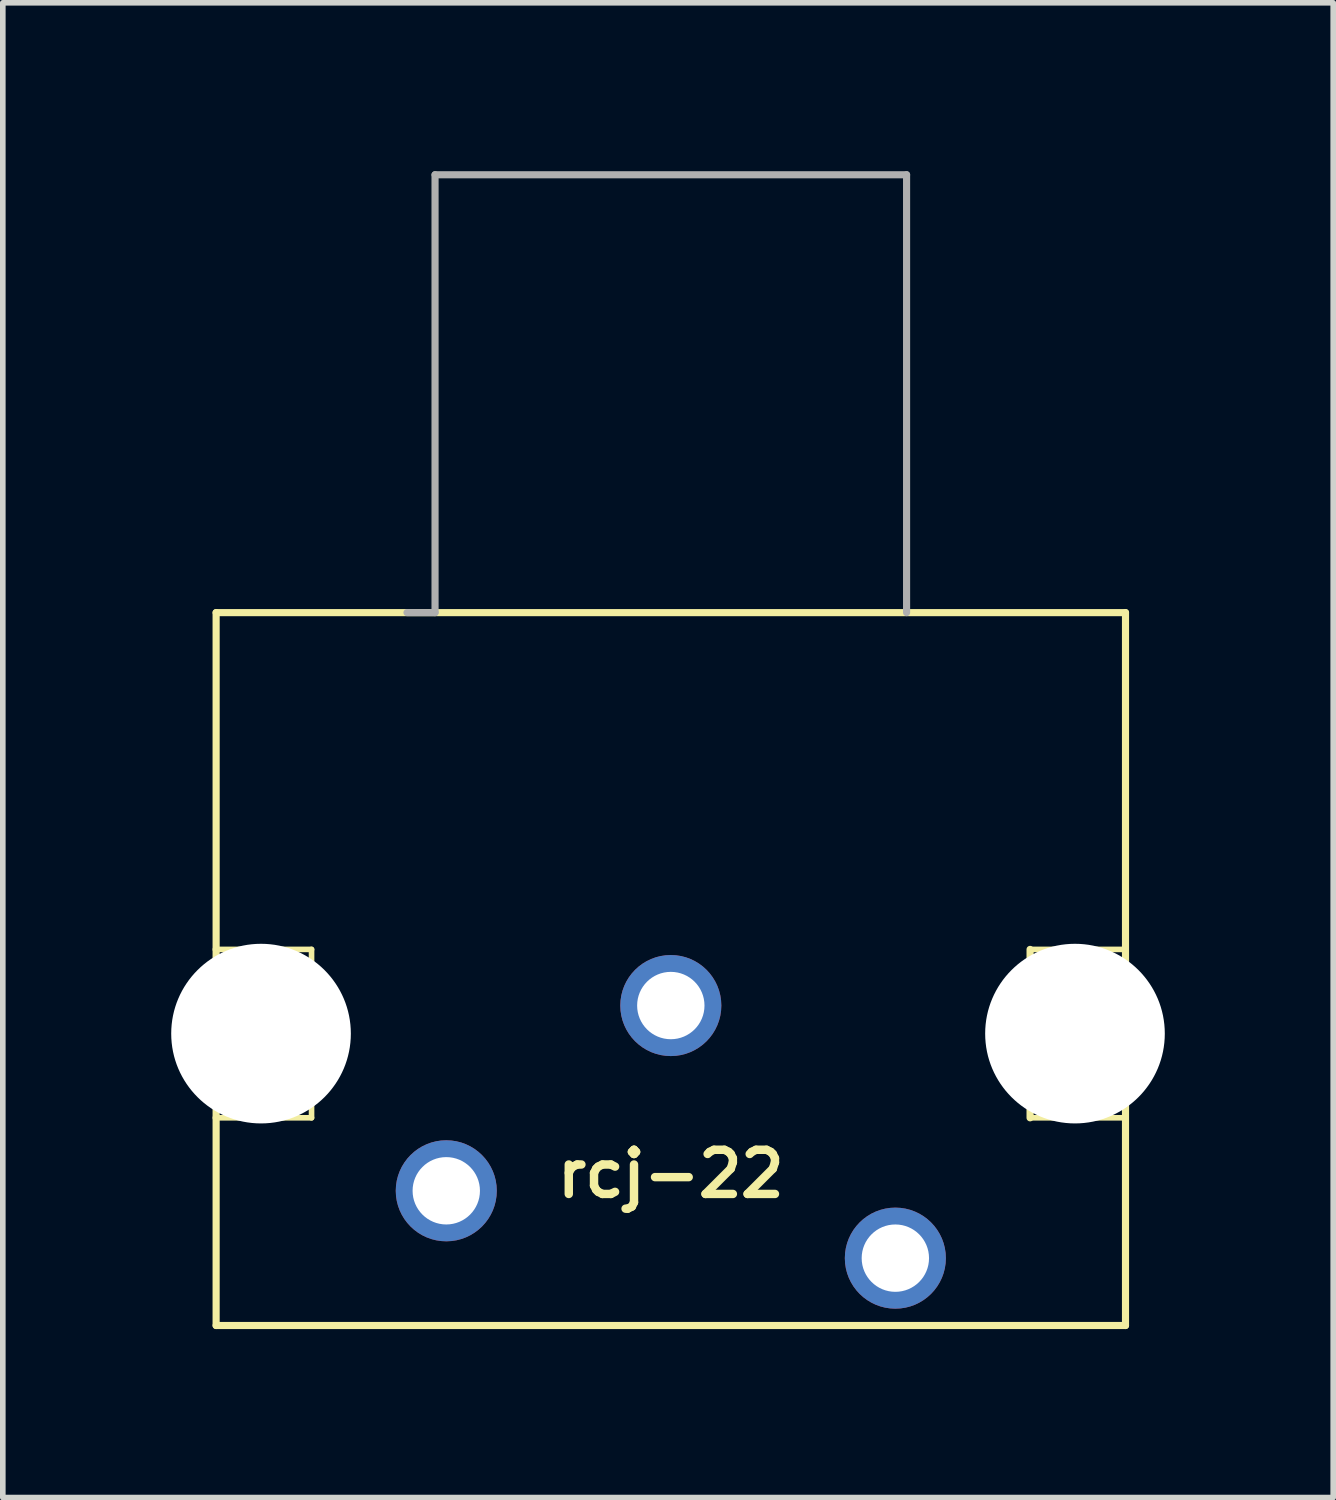
<source format=kicad_pcb>
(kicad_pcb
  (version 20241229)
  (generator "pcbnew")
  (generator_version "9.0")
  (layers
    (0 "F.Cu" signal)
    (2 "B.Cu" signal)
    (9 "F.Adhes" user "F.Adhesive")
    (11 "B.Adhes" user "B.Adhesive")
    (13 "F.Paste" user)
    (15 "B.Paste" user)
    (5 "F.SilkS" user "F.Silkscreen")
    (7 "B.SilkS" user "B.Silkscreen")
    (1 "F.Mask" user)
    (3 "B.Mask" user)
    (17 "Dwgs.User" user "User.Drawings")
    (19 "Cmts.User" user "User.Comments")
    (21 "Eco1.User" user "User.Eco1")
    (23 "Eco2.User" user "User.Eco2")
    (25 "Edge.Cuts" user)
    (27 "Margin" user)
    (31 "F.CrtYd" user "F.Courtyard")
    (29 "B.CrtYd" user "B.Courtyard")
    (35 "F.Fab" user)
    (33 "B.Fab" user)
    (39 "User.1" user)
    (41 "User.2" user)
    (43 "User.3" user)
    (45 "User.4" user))
  (footprint "rcj-22"
    (layer "F.Cu")
    (at 8.9 17.863)
    (property "Reference" "rcj-22" (at 0 0 0) (layer "F.SilkS") (effects (font (size 0.787 0.787) (thickness 0.15))))
    (attr through_hole)
    (fp_line (start -8.1 -10) (end -8.1 -4) (stroke (width 0.127) (type solid)) (layer "F.SilkS"))
    (fp_line (start -8.1 -4) (end -8.1 -1) (stroke (width 0.127) (type solid)) (layer "F.SilkS"))
    (fp_line (start -8.1 -1) (end -8.1 2.7) (stroke (width 0.127) (type solid)) (layer "F.SilkS"))
    (fp_line (start -8.1 -1) (end -6.4 -1) (stroke (width 0.1) (type solid)) (layer "F.SilkS"))
    (fp_line (start -8.1 2.7) (end 8.1 2.7) (stroke (width 0.127) (type solid)) (layer "F.SilkS"))
    (fp_line (start -6.4 -4) (end -8.1 -4) (stroke (width 0.1) (type solid)) (layer "F.SilkS"))
    (fp_line (start -6.4 -1) (end -6.4 -4) (stroke (width 0.1) (type solid)) (layer "F.SilkS"))
    (fp_line (start 6.4 -4) (end 6.4 -1) (stroke (width 0.127) (type solid)) (layer "F.SilkS"))
    (fp_line (start 6.4 -1) (end 8.1 -1) (stroke (width 0.1) (type solid)) (layer "F.SilkS"))
    (fp_line (start 8.1 -10) (end -8.1 -10) (stroke (width 0.127) (type solid)) (layer "F.SilkS"))
    (fp_line (start 8.1 -4) (end 6.4 -4) (stroke (width 0.1) (type solid)) (layer "F.SilkS"))
    (fp_line (start 8.1 -1) (end 8.1 -4) (stroke (width 0.1) (type solid)) (layer "F.SilkS"))
    (fp_line (start 8.1 2.7) (end 8.1 -10) (stroke (width 0.127) (type solid)) (layer "F.SilkS"))
    (fp_line (start -4.7 -10) (end -4.2 -10) (stroke (width 0.127) (type solid)) (layer "F.Fab"))
    (fp_line (start -4.2 -17.8) (end 4.2 -17.8) (stroke (width 0.127) (type solid)) (layer "F.Fab"))
    (fp_line (start -4.2 -10) (end -4.2 -17.8) (stroke (width 0.127) (type solid)) (layer "F.Fab"))
    (fp_line (start 4.2 -17.8) (end 4.2 -10) (stroke (width 0.127) (type solid)) (layer "F.Fab"))
    (pad "" np_thru_hole circle (at -7.3 -2.5) (size 3.2 3.2) (drill 3.2) (layers "*.Cu" "*.Mask"))
    (pad "" np_thru_hole circle (at 7.2 -2.5) (size 3.2 3.2) (drill 3.2) (layers "*.Cu" "*.Mask"))
    (pad "P$1" thru_hole circle (at 0 -3) (size 1.8 1.8) (drill 1.2) (layers "*.Cu" "*.Mask"))
    (pad "P$2" thru_hole circle (at -4 0.3) (size 1.8 1.8) (drill 1.2) (layers "*.Cu" "*.Mask"))
    (pad "P$3" thru_hole circle (at 4 1.5) (size 1.8 1.8) (drill 1.2) (layers "*.Cu" "*.Mask")))
  (gr_rect
    (start -3 -3)
    (end 20.7 23.627)
    (stroke (width 0.1) (type default))
    (fill no)
    (layer "Edge.Cuts")))
</source>
